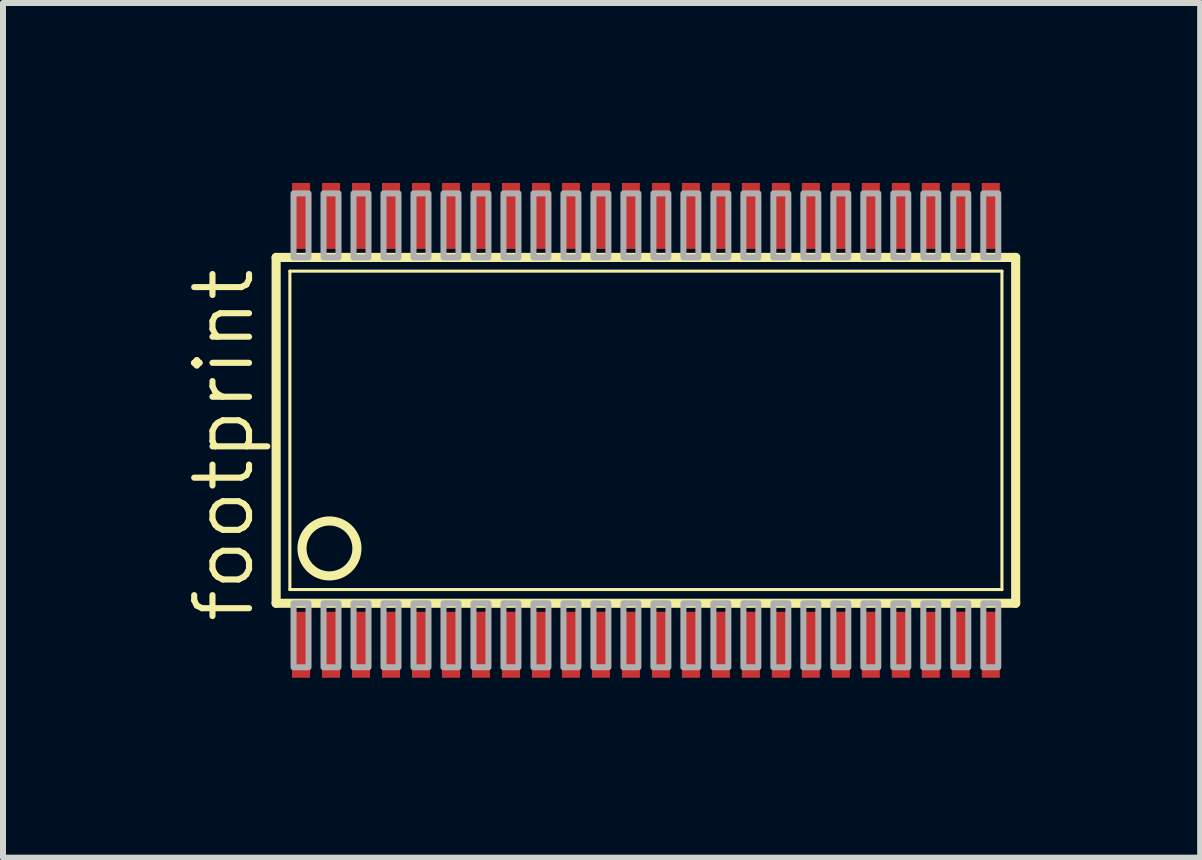
<source format=kicad_pcb>
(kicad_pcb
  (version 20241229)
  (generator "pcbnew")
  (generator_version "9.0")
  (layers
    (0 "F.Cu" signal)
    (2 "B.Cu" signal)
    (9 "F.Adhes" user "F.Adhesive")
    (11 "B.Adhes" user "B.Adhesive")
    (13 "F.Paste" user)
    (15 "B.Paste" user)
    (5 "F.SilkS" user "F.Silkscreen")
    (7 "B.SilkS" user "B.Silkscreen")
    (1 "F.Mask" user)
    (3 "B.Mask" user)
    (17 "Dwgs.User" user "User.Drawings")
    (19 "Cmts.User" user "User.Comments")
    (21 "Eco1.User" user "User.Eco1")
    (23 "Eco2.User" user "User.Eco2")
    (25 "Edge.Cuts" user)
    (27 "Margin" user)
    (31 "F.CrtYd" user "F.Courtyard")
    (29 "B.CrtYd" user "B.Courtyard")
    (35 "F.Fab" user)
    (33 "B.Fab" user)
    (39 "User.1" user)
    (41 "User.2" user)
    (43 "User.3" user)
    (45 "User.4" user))
  (footprint "footprint"
    (layer "F.Cu")
    (at 7.719 4.125)
    (property "Reference" "footprint" (at -6.5 3.25 90) (layer "F.SilkS") (effects (font (size 0.914 0.914) (thickness 0.102)) (justify left bottom)))
    (fp_line (start -6.165 2.883) (end -6.165 -2.883) (stroke (width 0.152) (type solid)) (layer "F.SilkS"))
    (fp_line (start -6.165 2.883) (end 6.165 2.883) (stroke (width 0.152) (type solid)) (layer "F.SilkS"))
    (fp_line (start -5.936 2.654) (end -5.936 -2.654) (stroke (width 0.051) (type solid)) (layer "F.SilkS"))
    (fp_line (start -5.936 2.654) (end 5.936 2.654) (stroke (width 0.051) (type solid)) (layer "F.SilkS"))
    (fp_line (start 5.936 -2.654) (end -5.936 -2.654) (stroke (width 0.051) (type solid)) (layer "F.SilkS"))
    (fp_line (start 5.936 -2.654) (end 5.936 2.654) (stroke (width 0.051) (type solid)) (layer "F.SilkS"))
    (fp_line (start 6.165 -2.883) (end -6.165 -2.883) (stroke (width 0.152) (type solid)) (layer "F.SilkS"))
    (fp_line (start 6.165 -2.883) (end 6.165 2.883) (stroke (width 0.152) (type solid)) (layer "F.SilkS"))
    (fp_circle (center -5.276 1.969) (end -4.818 1.969) (stroke (width 0.152) (type solid)) (fill no) (layer "F.SilkS"))
    (fp_poly (pts (xy -5.875 3.95) (xy -5.625 3.95) (xy -5.625 2.883) (xy -5.875 2.883)) (stroke (width 0.1) (type solid)) (fill no) (layer "F.Fab"))
    (fp_poly (pts (xy -5.625 -3.95) (xy -5.875 -3.95) (xy -5.875 -2.883) (xy -5.625 -2.883)) (stroke (width 0.1) (type solid)) (fill no) (layer "F.Fab"))
    (fp_poly (pts (xy -5.375 3.95) (xy -5.125 3.95) (xy -5.125 2.883) (xy -5.375 2.883)) (stroke (width 0.1) (type solid)) (fill no) (layer "F.Fab"))
    (fp_poly (pts (xy -5.125 -3.95) (xy -5.375 -3.95) (xy -5.375 -2.883) (xy -5.125 -2.883)) (stroke (width 0.1) (type solid)) (fill no) (layer "F.Fab"))
    (fp_poly (pts (xy -4.875 3.95) (xy -4.625 3.95) (xy -4.625 2.883) (xy -4.875 2.883)) (stroke (width 0.1) (type solid)) (fill no) (layer "F.Fab"))
    (fp_poly (pts (xy -4.625 -3.95) (xy -4.875 -3.95) (xy -4.875 -2.883) (xy -4.625 -2.883)) (stroke (width 0.1) (type solid)) (fill no) (layer "F.Fab"))
    (fp_poly (pts (xy -4.375 3.95) (xy -4.125 3.95) (xy -4.125 2.883) (xy -4.375 2.883)) (stroke (width 0.1) (type solid)) (fill no) (layer "F.Fab"))
    (fp_poly (pts (xy -4.125 -3.95) (xy -4.375 -3.95) (xy -4.375 -2.883) (xy -4.125 -2.883)) (stroke (width 0.1) (type solid)) (fill no) (layer "F.Fab"))
    (fp_poly (pts (xy -3.875 3.95) (xy -3.625 3.95) (xy -3.625 2.883) (xy -3.875 2.883)) (stroke (width 0.1) (type solid)) (fill no) (layer "F.Fab"))
    (fp_poly (pts (xy -3.625 -3.95) (xy -3.875 -3.95) (xy -3.875 -2.883) (xy -3.625 -2.883)) (stroke (width 0.1) (type solid)) (fill no) (layer "F.Fab"))
    (fp_poly (pts (xy -3.375 3.95) (xy -3.125 3.95) (xy -3.125 2.883) (xy -3.375 2.883)) (stroke (width 0.1) (type solid)) (fill no) (layer "F.Fab"))
    (fp_poly (pts (xy -3.125 -3.95) (xy -3.375 -3.95) (xy -3.375 -2.883) (xy -3.125 -2.883)) (stroke (width 0.1) (type solid)) (fill no) (layer "F.Fab"))
    (fp_poly (pts (xy -2.875 3.95) (xy -2.625 3.95) (xy -2.625 2.883) (xy -2.875 2.883)) (stroke (width 0.1) (type solid)) (fill no) (layer "F.Fab"))
    (fp_poly (pts (xy -2.625 -3.95) (xy -2.875 -3.95) (xy -2.875 -2.883) (xy -2.625 -2.883)) (stroke (width 0.1) (type solid)) (fill no) (layer "F.Fab"))
    (fp_poly (pts (xy -2.375 3.95) (xy -2.125 3.95) (xy -2.125 2.883) (xy -2.375 2.883)) (stroke (width 0.1) (type solid)) (fill no) (layer "F.Fab"))
    (fp_poly (pts (xy -2.125 -3.95) (xy -2.375 -3.95) (xy -2.375 -2.883) (xy -2.125 -2.883)) (stroke (width 0.1) (type solid)) (fill no) (layer "F.Fab"))
    (fp_poly (pts (xy -1.875 3.95) (xy -1.625 3.95) (xy -1.625 2.883) (xy -1.875 2.883)) (stroke (width 0.1) (type solid)) (fill no) (layer "F.Fab"))
    (fp_poly (pts (xy -1.625 -3.95) (xy -1.875 -3.95) (xy -1.875 -2.883) (xy -1.625 -2.883)) (stroke (width 0.1) (type solid)) (fill no) (layer "F.Fab"))
    (fp_poly (pts (xy -1.375 3.95) (xy -1.125 3.95) (xy -1.125 2.883) (xy -1.375 2.883)) (stroke (width 0.1) (type solid)) (fill no) (layer "F.Fab"))
    (fp_poly (pts (xy -1.125 -3.95) (xy -1.375 -3.95) (xy -1.375 -2.883) (xy -1.125 -2.883)) (stroke (width 0.1) (type solid)) (fill no) (layer "F.Fab"))
    (fp_poly (pts (xy -0.875 3.95) (xy -0.625 3.95) (xy -0.625 2.883) (xy -0.875 2.883)) (stroke (width 0.1) (type solid)) (fill no) (layer "F.Fab"))
    (fp_poly (pts (xy -0.625 -3.95) (xy -0.875 -3.95) (xy -0.875 -2.883) (xy -0.625 -2.883)) (stroke (width 0.1) (type solid)) (fill no) (layer "F.Fab"))
    (fp_poly (pts (xy -0.375 3.95) (xy -0.125 3.95) (xy -0.125 2.883) (xy -0.375 2.883)) (stroke (width 0.1) (type solid)) (fill no) (layer "F.Fab"))
    (fp_poly (pts (xy -0.125 -3.95) (xy -0.375 -3.95) (xy -0.375 -2.883) (xy -0.125 -2.883)) (stroke (width 0.1) (type solid)) (fill no) (layer "F.Fab"))
    (fp_poly (pts (xy 0.125 3.95) (xy 0.375 3.95) (xy 0.375 2.883) (xy 0.125 2.883)) (stroke (width 0.1) (type solid)) (fill no) (layer "F.Fab"))
    (fp_poly (pts (xy 0.375 -3.95) (xy 0.125 -3.95) (xy 0.125 -2.883) (xy 0.375 -2.883)) (stroke (width 0.1) (type solid)) (fill no) (layer "F.Fab"))
    (fp_poly (pts (xy 0.625 3.95) (xy 0.875 3.95) (xy 0.875 2.883) (xy 0.625 2.883)) (stroke (width 0.1) (type solid)) (fill no) (layer "F.Fab"))
    (fp_poly (pts (xy 0.875 -3.95) (xy 0.625 -3.95) (xy 0.625 -2.883) (xy 0.875 -2.883)) (stroke (width 0.1) (type solid)) (fill no) (layer "F.Fab"))
    (fp_poly (pts (xy 1.125 3.95) (xy 1.375 3.95) (xy 1.375 2.883) (xy 1.125 2.883)) (stroke (width 0.1) (type solid)) (fill no) (layer "F.Fab"))
    (fp_poly (pts (xy 1.375 -3.95) (xy 1.125 -3.95) (xy 1.125 -2.883) (xy 1.375 -2.883)) (stroke (width 0.1) (type solid)) (fill no) (layer "F.Fab"))
    (fp_poly (pts (xy 1.625 3.95) (xy 1.875 3.95) (xy 1.875 2.883) (xy 1.625 2.883)) (stroke (width 0.1) (type solid)) (fill no) (layer "F.Fab"))
    (fp_poly (pts (xy 1.875 -3.95) (xy 1.625 -3.95) (xy 1.625 -2.883) (xy 1.875 -2.883)) (stroke (width 0.1) (type solid)) (fill no) (layer "F.Fab"))
    (fp_poly (pts (xy 2.125 3.95) (xy 2.375 3.95) (xy 2.375 2.883) (xy 2.125 2.883)) (stroke (width 0.1) (type solid)) (fill no) (layer "F.Fab"))
    (fp_poly (pts (xy 2.375 -3.95) (xy 2.125 -3.95) (xy 2.125 -2.883) (xy 2.375 -2.883)) (stroke (width 0.1) (type solid)) (fill no) (layer "F.Fab"))
    (fp_poly (pts (xy 2.625 3.95) (xy 2.875 3.95) (xy 2.875 2.883) (xy 2.625 2.883)) (stroke (width 0.1) (type solid)) (fill no) (layer "F.Fab"))
    (fp_poly (pts (xy 2.875 -3.95) (xy 2.625 -3.95) (xy 2.625 -2.883) (xy 2.875 -2.883)) (stroke (width 0.1) (type solid)) (fill no) (layer "F.Fab"))
    (fp_poly (pts (xy 3.125 3.95) (xy 3.375 3.95) (xy 3.375 2.883) (xy 3.125 2.883)) (stroke (width 0.1) (type solid)) (fill no) (layer "F.Fab"))
    (fp_poly (pts (xy 3.375 -3.95) (xy 3.125 -3.95) (xy 3.125 -2.883) (xy 3.375 -2.883)) (stroke (width 0.1) (type solid)) (fill no) (layer "F.Fab"))
    (fp_poly (pts (xy 3.625 3.95) (xy 3.875 3.95) (xy 3.875 2.883) (xy 3.625 2.883)) (stroke (width 0.1) (type solid)) (fill no) (layer "F.Fab"))
    (fp_poly (pts (xy 3.875 -3.95) (xy 3.625 -3.95) (xy 3.625 -2.883) (xy 3.875 -2.883)) (stroke (width 0.1) (type solid)) (fill no) (layer "F.Fab"))
    (fp_poly (pts (xy 4.125 3.95) (xy 4.375 3.95) (xy 4.375 2.883) (xy 4.125 2.883)) (stroke (width 0.1) (type solid)) (fill no) (layer "F.Fab"))
    (fp_poly (pts (xy 4.375 -3.95) (xy 4.125 -3.95) (xy 4.125 -2.883) (xy 4.375 -2.883)) (stroke (width 0.1) (type solid)) (fill no) (layer "F.Fab"))
    (fp_poly (pts (xy 4.625 3.95) (xy 4.875 3.95) (xy 4.875 2.883) (xy 4.625 2.883)) (stroke (width 0.1) (type solid)) (fill no) (layer "F.Fab"))
    (fp_poly (pts (xy 4.875 -3.95) (xy 4.625 -3.95) (xy 4.625 -2.883) (xy 4.875 -2.883)) (stroke (width 0.1) (type solid)) (fill no) (layer "F.Fab"))
    (fp_poly (pts (xy 5.125 3.95) (xy 5.375 3.95) (xy 5.375 2.883) (xy 5.125 2.883)) (stroke (width 0.1) (type solid)) (fill no) (layer "F.Fab"))
    (fp_poly (pts (xy 5.375 -3.95) (xy 5.125 -3.95) (xy 5.125 -2.883) (xy 5.375 -2.883)) (stroke (width 0.1) (type solid)) (fill no) (layer "F.Fab"))
    (fp_poly (pts (xy 5.625 3.95) (xy 5.875 3.95) (xy 5.875 2.883) (xy 5.625 2.883)) (stroke (width 0.1) (type solid)) (fill no) (layer "F.Fab"))
    (fp_poly (pts (xy 5.875 -3.95) (xy 5.625 -3.95) (xy 5.625 -2.883) (xy 5.875 -2.883)) (stroke (width 0.1) (type solid)) (fill no) (layer "F.Fab"))
    (pad "1" smd rect (at -5.75 3.575) (size 0.3 1.1) (layers "F.Cu" "F.Mask" "F.Paste"))
    (pad "2" smd rect (at -5.25 3.575) (size 0.3 1.1) (layers "F.Cu" "F.Mask" "F.Paste"))
    (pad "3" smd rect (at -4.75 3.575) (size 0.3 1.1) (layers "F.Cu" "F.Mask" "F.Paste"))
    (pad "4" smd rect (at -4.25 3.575) (size 0.3 1.1) (layers "F.Cu" "F.Mask" "F.Paste"))
    (pad "5" smd rect (at -3.75 3.575) (size 0.3 1.1) (layers "F.Cu" "F.Mask" "F.Paste"))
    (pad "6" smd rect (at -3.25 3.575) (size 0.3 1.1) (layers "F.Cu" "F.Mask" "F.Paste"))
    (pad "7" smd rect (at -2.75 3.575) (size 0.3 1.1) (layers "F.Cu" "F.Mask" "F.Paste"))
    (pad "8" smd rect (at -2.25 3.575) (size 0.3 1.1) (layers "F.Cu" "F.Mask" "F.Paste"))
    (pad "9" smd rect (at -1.75 3.575) (size 0.3 1.1) (layers "F.Cu" "F.Mask" "F.Paste"))
    (pad "10" smd rect (at -1.25 3.575) (size 0.3 1.1) (layers "F.Cu" "F.Mask" "F.Paste"))
    (pad "11" smd rect (at -0.75 3.575) (size 0.3 1.1) (layers "F.Cu" "F.Mask" "F.Paste"))
    (pad "12" smd rect (at -0.25 3.575) (size 0.3 1.1) (layers "F.Cu" "F.Mask" "F.Paste"))
    (pad "13" smd rect (at 0.25 3.575) (size 0.3 1.1) (layers "F.Cu" "F.Mask" "F.Paste"))
    (pad "14" smd rect (at 0.75 3.575) (size 0.3 1.1) (layers "F.Cu" "F.Mask" "F.Paste"))
    (pad "15" smd rect (at 1.25 3.575) (size 0.3 1.1) (layers "F.Cu" "F.Mask" "F.Paste"))
    (pad "16" smd rect (at 1.75 3.575) (size 0.3 1.1) (layers "F.Cu" "F.Mask" "F.Paste"))
    (pad "17" smd rect (at 2.25 3.575) (size 0.3 1.1) (layers "F.Cu" "F.Mask" "F.Paste"))
    (pad "18" smd rect (at 2.75 3.575) (size 0.3 1.1) (layers "F.Cu" "F.Mask" "F.Paste"))
    (pad "19" smd rect (at 3.25 3.575) (size 0.3 1.1) (layers "F.Cu" "F.Mask" "F.Paste"))
    (pad "20" smd rect (at 3.75 3.575) (size 0.3 1.1) (layers "F.Cu" "F.Mask" "F.Paste"))
    (pad "21" smd rect (at 4.25 3.575) (size 0.3 1.1) (layers "F.Cu" "F.Mask" "F.Paste"))
    (pad "22" smd rect (at 4.75 3.575) (size 0.3 1.1) (layers "F.Cu" "F.Mask" "F.Paste"))
    (pad "23" smd rect (at 5.25 3.575) (size 0.3 1.1) (layers "F.Cu" "F.Mask" "F.Paste"))
    (pad "24" smd rect (at 5.75 3.575) (size 0.3 1.1) (layers "F.Cu" "F.Mask" "F.Paste"))
    (pad "25" smd rect (at 5.75 -3.575 180) (size 0.3 1.1) (layers "F.Cu" "F.Mask" "F.Paste"))
    (pad "26" smd rect (at 5.25 -3.575 180) (size 0.3 1.1) (layers "F.Cu" "F.Mask" "F.Paste"))
    (pad "27" smd rect (at 4.75 -3.575 180) (size 0.3 1.1) (layers "F.Cu" "F.Mask" "F.Paste"))
    (pad "28" smd rect (at 4.25 -3.575 180) (size 0.3 1.1) (layers "F.Cu" "F.Mask" "F.Paste"))
    (pad "29" smd rect (at 3.75 -3.575 180) (size 0.3 1.1) (layers "F.Cu" "F.Mask" "F.Paste"))
    (pad "30" smd rect (at 3.25 -3.575 180) (size 0.3 1.1) (layers "F.Cu" "F.Mask" "F.Paste"))
    (pad "31" smd rect (at 2.75 -3.575 180) (size 0.3 1.1) (layers "F.Cu" "F.Mask" "F.Paste"))
    (pad "32" smd rect (at 2.25 -3.575 180) (size 0.3 1.1) (layers "F.Cu" "F.Mask" "F.Paste"))
    (pad "33" smd rect (at 1.75 -3.575 180) (size 0.3 1.1) (layers "F.Cu" "F.Mask" "F.Paste"))
    (pad "34" smd rect (at 1.25 -3.575 180) (size 0.3 1.1) (layers "F.Cu" "F.Mask" "F.Paste"))
    (pad "35" smd rect (at 0.75 -3.575 180) (size 0.3 1.1) (layers "F.Cu" "F.Mask" "F.Paste"))
    (pad "36" smd rect (at 0.25 -3.575 180) (size 0.3 1.1) (layers "F.Cu" "F.Mask" "F.Paste"))
    (pad "37" smd rect (at -0.25 -3.575 180) (size 0.3 1.1) (layers "F.Cu" "F.Mask" "F.Paste"))
    (pad "38" smd rect (at -0.75 -3.575 180) (size 0.3 1.1) (layers "F.Cu" "F.Mask" "F.Paste"))
    (pad "39" smd rect (at -1.25 -3.575 180) (size 0.3 1.1) (layers "F.Cu" "F.Mask" "F.Paste"))
    (pad "40" smd rect (at -1.75 -3.575 180) (size 0.3 1.1) (layers "F.Cu" "F.Mask" "F.Paste"))
    (pad "41" smd rect (at -2.25 -3.575 180) (size 0.3 1.1) (layers "F.Cu" "F.Mask" "F.Paste"))
    (pad "42" smd rect (at -2.75 -3.575 180) (size 0.3 1.1) (layers "F.Cu" "F.Mask" "F.Paste"))
    (pad "43" smd rect (at -3.25 -3.575 180) (size 0.3 1.1) (layers "F.Cu" "F.Mask" "F.Paste"))
    (pad "44" smd rect (at -3.75 -3.575 180) (size 0.3 1.1) (layers "F.Cu" "F.Mask" "F.Paste"))
    (pad "45" smd rect (at -4.25 -3.575 180) (size 0.3 1.1) (layers "F.Cu" "F.Mask" "F.Paste"))
    (pad "46" smd rect (at -4.75 -3.575 180) (size 0.3 1.1) (layers "F.Cu" "F.Mask" "F.Paste"))
    (pad "47" smd rect (at -5.25 -3.575 180) (size 0.3 1.1) (layers "F.Cu" "F.Mask" "F.Paste"))
    (pad "48" smd rect (at -5.75 -3.575 180) (size 0.3 1.1) (layers "F.Cu" "F.Mask" "F.Paste")))
  (gr_rect
    (start -3 -3)
    (end 16.96 11.25)
    (stroke (width 0.1) (type default))
    (fill no)
    (layer "Edge.Cuts")))
</source>
